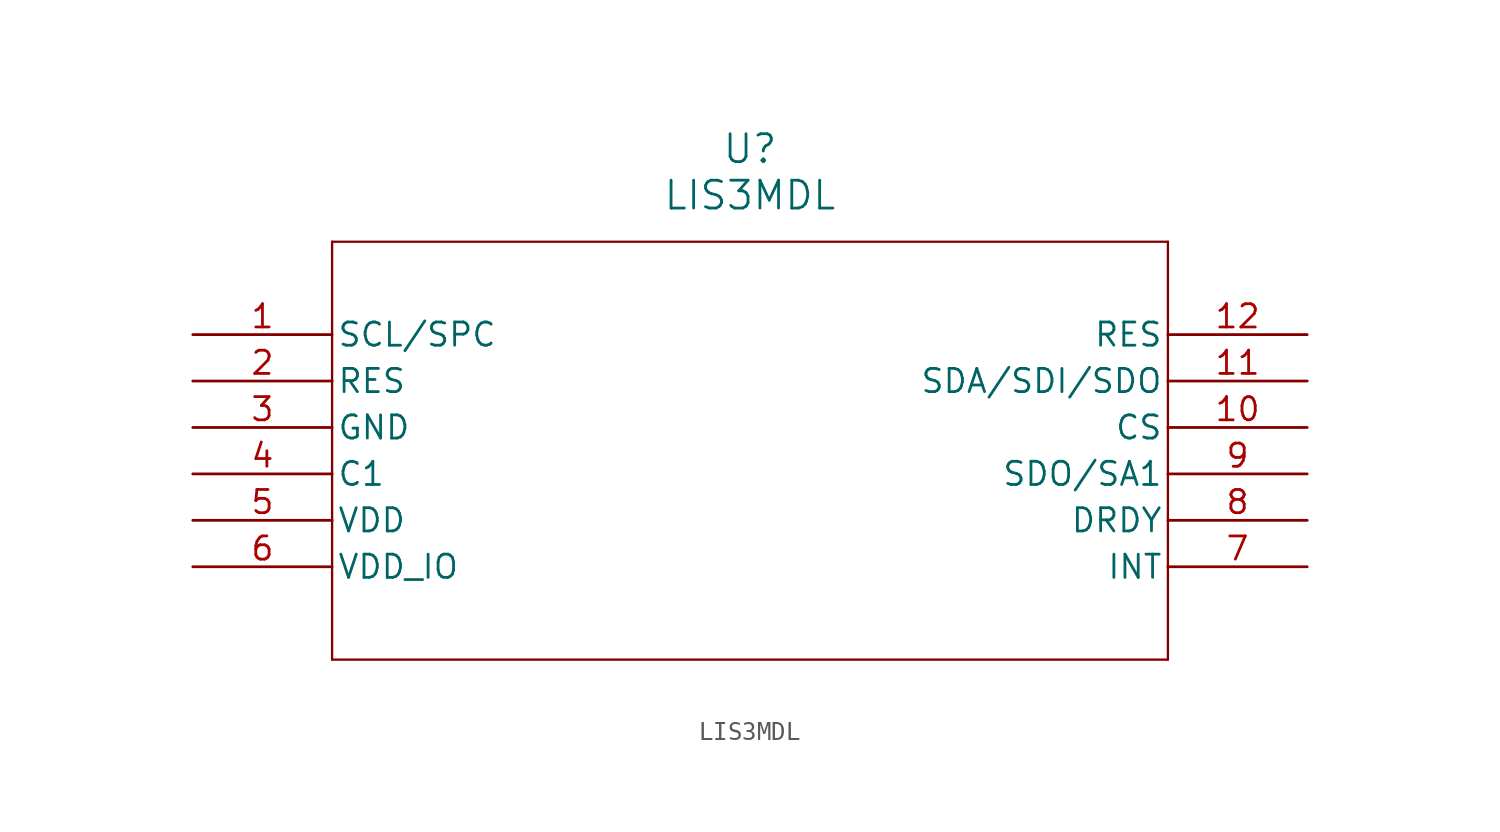
<source format=kicad_sym>
(kicad_symbol_lib
  (version 20231120)
  (generator "kicad_symbol_editor")
  (generator_version "8.0")
  (symbol "LIS3MDL"
    (pin_names
      (offset 0.254))
    (property "Reference" "U"
      (at 30.48 10.16 0)
      (effects (font (size 1.524 1.524))))
    (property "Value" "LIS3MDL"
      (at 30.48 7.62 0)
      (effects (font (size 1.524 1.524))))
    (property "ki_locked" ""
      (at 0 0 0)
      (effects (font (size 1.27 1.27))))
    (symbol "LIS3MDL_0_1"
      (polyline (pts (xy 7.62 -17.78) (xy 53.34 -17.78)) (stroke (width 0.127) (type default)) (fill (type none)))
      (polyline (pts (xy 7.62 5.08) (xy 7.62 -17.78)) (stroke (width 0.127) (type default)) (fill (type none)))
      (polyline (pts (xy 53.34 -17.78) (xy 53.34 5.08)) (stroke (width 0.127) (type default)) (fill (type none)))
      (polyline (pts (xy 53.34 5.08) (xy 7.62 5.08)) (stroke (width 0.127) (type default)) (fill (type none)))
      (pin bidirectional line (at 0 0 0) (length 7.62) (name "SCL/SPC" (effects (font (size 1.27 1.27)))) (number "1" (effects (font (size 1.27 1.27)))))
      (pin bidirectional line (at 60.96 -5.08 180) (length 7.62) (name "CS" (effects (font (size 1.27 1.27)))) (number "10" (effects (font (size 1.27 1.27)))))
      (pin bidirectional line (at 60.96 -2.54 180) (length 7.62) (name "SDA/SDI/SDO" (effects (font (size 1.27 1.27)))) (number "11" (effects (font (size 1.27 1.27)))))
      (pin unspecified line (at 60.96 0 180) (length 7.62) (name "RES" (effects (font (size 1.27 1.27)))) (number "12" (effects (font (size 1.27 1.27)))))
      (pin unspecified line (at 0 -2.54 0) (length 7.62) (name "RES" (effects (font (size 1.27 1.27)))) (number "2" (effects (font (size 1.27 1.27)))))
      (pin power_in line (at 0 -5.08 0) (length 7.62) (name "GND" (effects (font (size 1.27 1.27)))) (number "3" (effects (font (size 1.27 1.27)))))
      (pin unspecified line (at 0 -7.62 0) (length 7.62) (name "C1" (effects (font (size 1.27 1.27)))) (number "4" (effects (font (size 1.27 1.27)))))
      (pin power_in line (at 0 -10.16 0) (length 7.62) (name "VDD" (effects (font (size 1.27 1.27)))) (number "5" (effects (font (size 1.27 1.27)))))
      (pin power_in line (at 0 -12.7 0) (length 7.62) (name "VDD_IO" (effects (font (size 1.27 1.27)))) (number "6" (effects (font (size 1.27 1.27)))))
      (pin unspecified line (at 60.96 -12.7 180) (length 7.62) (name "INT" (effects (font (size 1.27 1.27)))) (number "7" (effects (font (size 1.27 1.27)))))
      (pin unspecified line (at 60.96 -10.16 180) (length 7.62) (name "DRDY" (effects (font (size 1.27 1.27)))) (number "8" (effects (font (size 1.27 1.27)))))
      (pin bidirectional line (at 60.96 -7.62 180) (length 7.62) (name "SDO/SA1" (effects (font (size 1.27 1.27)))) (number "9" (effects (font (size 1.27 1.27))))))))
</source>
